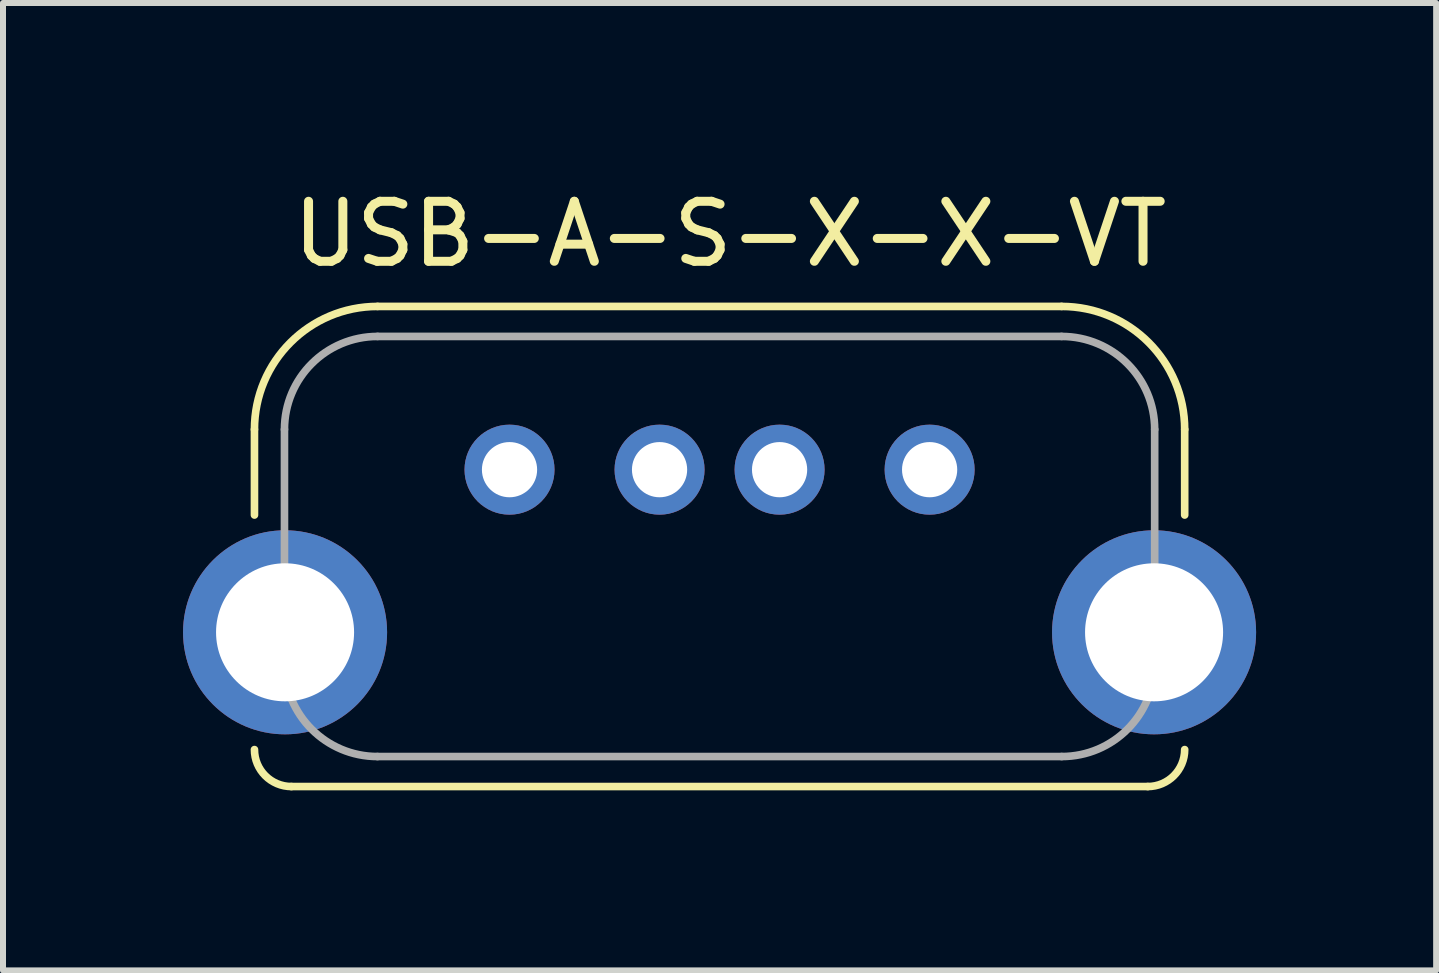
<source format=kicad_pcb>
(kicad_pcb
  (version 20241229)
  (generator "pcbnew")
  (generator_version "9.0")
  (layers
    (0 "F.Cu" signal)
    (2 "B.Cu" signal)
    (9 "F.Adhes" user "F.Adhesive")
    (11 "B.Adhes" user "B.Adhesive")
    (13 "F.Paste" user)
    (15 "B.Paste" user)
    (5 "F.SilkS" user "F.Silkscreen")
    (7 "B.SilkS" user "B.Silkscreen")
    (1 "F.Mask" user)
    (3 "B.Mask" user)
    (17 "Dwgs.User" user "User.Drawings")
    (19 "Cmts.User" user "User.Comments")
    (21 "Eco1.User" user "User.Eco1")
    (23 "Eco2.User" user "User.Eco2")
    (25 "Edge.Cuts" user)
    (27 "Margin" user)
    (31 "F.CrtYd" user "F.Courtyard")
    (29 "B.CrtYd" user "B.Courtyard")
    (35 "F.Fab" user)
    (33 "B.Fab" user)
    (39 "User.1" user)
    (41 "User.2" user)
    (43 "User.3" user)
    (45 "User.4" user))
  (footprint "USB-A-S-X-X-VT"
    (layer "F.Cu")
    (at 8.94 7.486)
    (property "Reference" "USB-A-S-X-X-VT" (at 0.175 -6.637 0) (layer "F.SilkS") (effects (font (size 1 1) (thickness 0.15))))
    (attr through_hole)
    (fp_line (start -7.75 -1.954) (end -7.75 -3.38) (stroke (width 0.127) (type solid)) (layer "F.SilkS"))
    (fp_line (start -5.7 -5.43) (end 5.7 -5.43) (stroke (width 0.127) (type solid)) (layer "F.SilkS"))
    (fp_line (start 7.134 2.57) (end -7.134 2.57) (stroke (width 0.127) (type solid)) (layer "F.SilkS"))
    (fp_line (start 7.75 -3.38) (end 7.75 -1.954) (stroke (width 0.127) (type solid)) (layer "F.SilkS"))
    (fp_arc (start -7.75 -3.38) (mid -7.149569 -4.829569) (end -5.7 -5.43) (stroke (width 0.127) (type solid)) (layer "F.SilkS"))
    (fp_arc (start -7.134 2.57) (mid -7.569578 2.389578) (end -7.75 1.954) (stroke (width 0.127) (type solid)) (layer "F.SilkS"))
    (fp_arc (start 5.7 -5.43) (mid 7.149569 -4.829569) (end 7.75 -3.38) (stroke (width 0.127) (type solid)) (layer "F.SilkS"))
    (fp_arc (start 7.75 1.954) (mid 7.569578 2.389578) (end 7.134 2.57) (stroke (width 0.127) (type solid)) (layer "F.SilkS"))
    (fp_line (start -7.25 0.52) (end -7.25 -3.38) (stroke (width 0.127) (type solid)) (layer "F.Fab"))
    (fp_line (start -5.7 -4.93) (end 5.7 -4.93) (stroke (width 0.127) (type solid)) (layer "F.Fab"))
    (fp_line (start 5.7 2.07) (end -5.7 2.07) (stroke (width 0.127) (type solid)) (layer "F.Fab"))
    (fp_line (start 7.25 -3.38) (end 7.25 0.52) (stroke (width 0.127) (type solid)) (layer "F.Fab"))
    (fp_arc (start -7.25 -3.38) (mid -6.796016 -4.476016) (end -5.7 -4.93) (stroke (width 0.127) (type solid)) (layer "F.Fab"))
    (fp_arc (start -5.7 2.07) (mid -6.796016 1.616016) (end -7.25 0.52) (stroke (width 0.127) (type solid)) (layer "F.Fab"))
    (fp_arc (start 5.7 -4.93) (mid 6.796016 -4.476016) (end 7.25 -3.38) (stroke (width 0.127) (type solid)) (layer "F.Fab"))
    (fp_arc (start 7.25 0.52) (mid 6.796016 1.616016) (end 5.7 2.07) (stroke (width 0.127) (type solid)) (layer "F.Fab"))
    (pad "1" thru_hole circle (at -3.5 -2.71) (size 1.5 1.5) (drill 0.92) (layers "*.Cu" "*.Mask"))
    (pad "2" thru_hole circle (at -1 -2.71) (size 1.5 1.5) (drill 0.92) (layers "*.Cu" "*.Mask"))
    (pad "3" thru_hole circle (at 1 -2.71) (size 1.5 1.5) (drill 0.92) (layers "*.Cu" "*.Mask"))
    (pad "4" thru_hole circle (at 3.5 -2.71) (size 1.5 1.5) (drill 0.92) (layers "*.Cu" "*.Mask"))
    (pad "G1" thru_hole circle (at -7.24 0) (size 3.4 3.4) (drill 2.3) (layers "*.Cu" "*.Mask"))
    (pad "G2" thru_hole circle (at 7.24 0) (size 3.4 3.4) (drill 2.3) (layers "*.Cu" "*.Mask")))
  (gr_rect
    (start -3 -3)
    (end 20.88 13.119)
    (stroke (width 0.1) (type default))
    (fill no)
    (layer "Edge.Cuts")))
</source>
